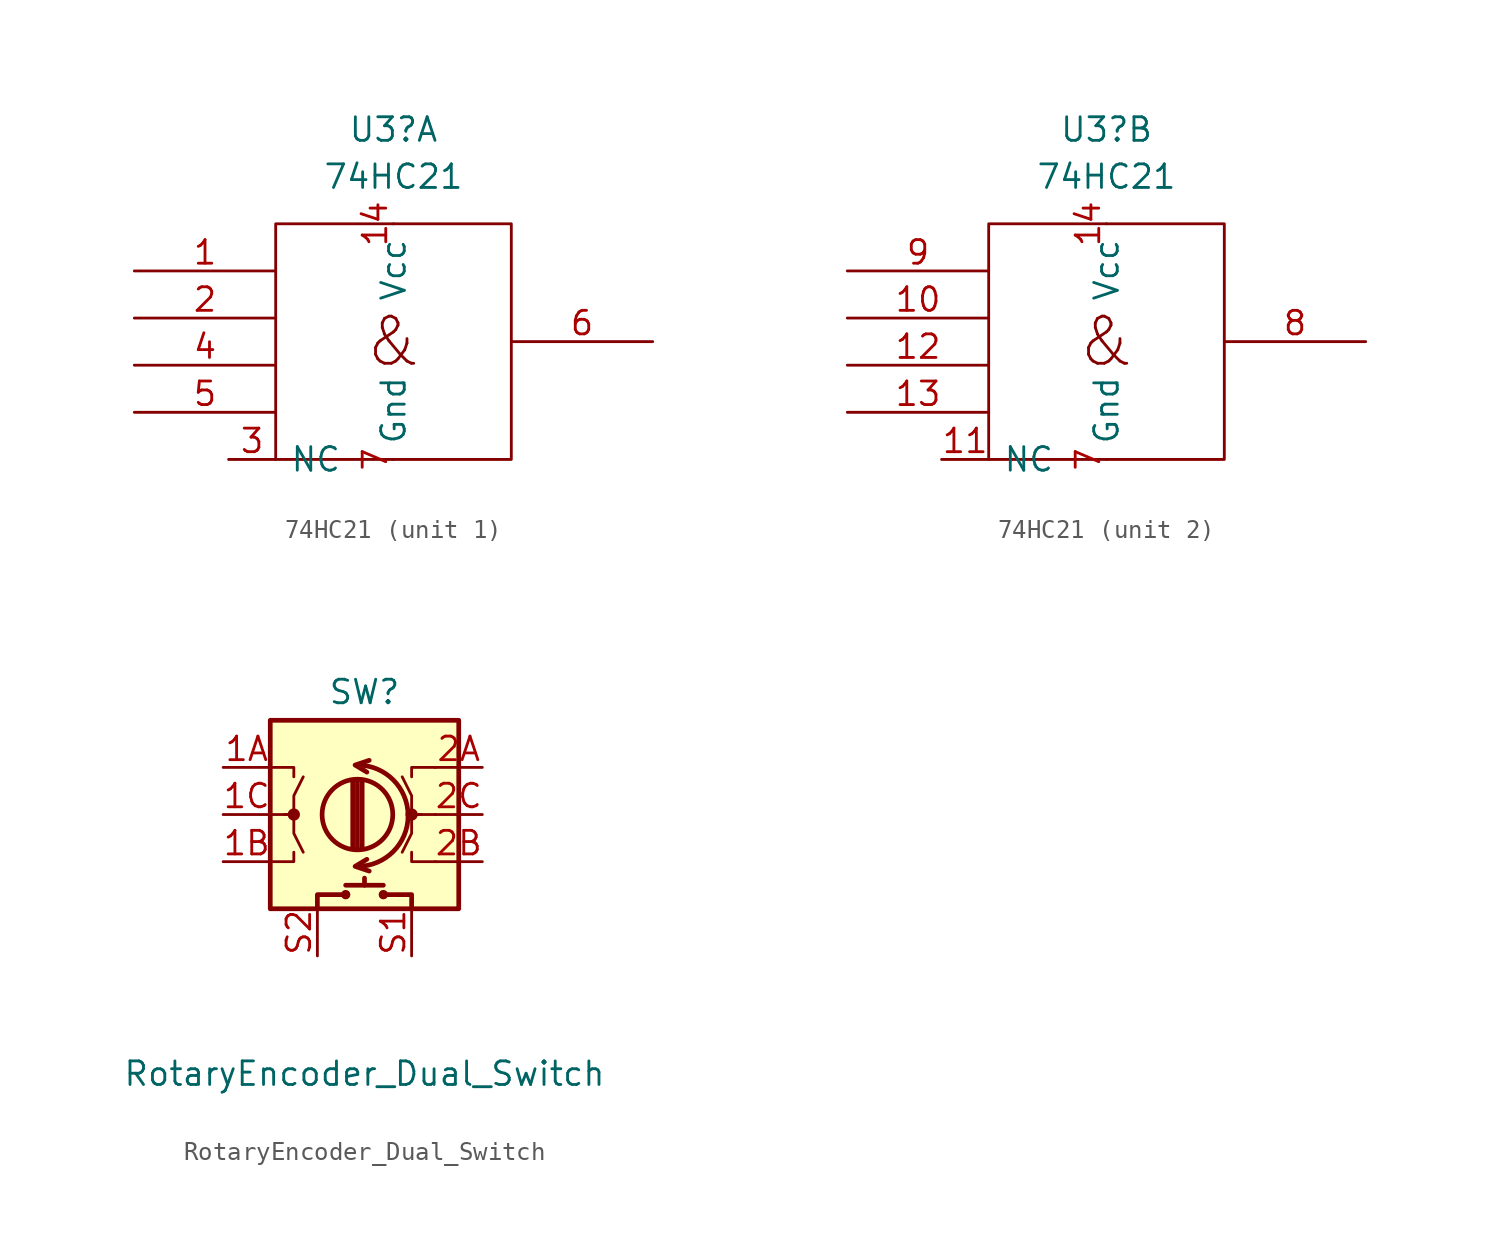
<source format=kicad_sym>
(kicad_symbol_lib
  (version 20211014)
  (generator kicad_symbol_editor)
  (symbol "74HC21"
    (pin_names
      (offset 0.762))
    (property "Reference" "U3"
      (at 0 11.43 0)
      (effects (font (size 1.27 1.27))))
    (property "Value" "74HC21"
      (at 0 8.89 0)
      (effects (font (size 1.27 1.27))))
    (symbol "74HC21_0_0"
      (text "&" (at 0 0 0) (effects (font (size 2.54 2.54)))))
    (symbol "74HC21_0_1"
      (rectangle (start -6.35 6.35) (end 6.35 -6.35) (stroke (width 0) (type default) (color 0 0 0 0)) (fill (type none)))
      (pin power_in line (at 0 6.35 270) (length 0) (name "Vcc" (effects (font (size 1.27 1.27)))) (number "14" (effects (font (size 1.27 1.27)))))
      (pin power_in line (at 0 -6.35 90) (length 0) (name "Gnd" (effects (font (size 1.27 1.27)))) (number "7" (effects (font (size 1.27 1.27))))))
    (symbol "74HC21_1_1"
      (pin input line (at -13.97 3.81 0) (length 7.62) (name "~" (effects (font (size 1.27 1.27)))) (number "1" (effects (font (size 1.27 1.27)))))
      (pin input line (at -13.97 1.27 0) (length 7.62) (name "~" (effects (font (size 1.27 1.27)))) (number "2" (effects (font (size 1.27 1.27)))))
      (pin passive line (at -8.89 -6.35 0) (length 2.54) (name "NC" (effects (font (size 1.27 1.27)))) (number "3" (effects (font (size 1.27 1.27)))))
      (pin input line (at -13.97 -1.27 0) (length 7.62) (name "~" (effects (font (size 1.27 1.27)))) (number "4" (effects (font (size 1.27 1.27)))))
      (pin input line (at -13.97 -3.81 0) (length 7.62) (name "~" (effects (font (size 1.27 1.27)))) (number "5" (effects (font (size 1.27 1.27)))))
      (pin output line (at 13.97 0 180) (length 7.62) (name "~" (effects (font (size 1.27 1.27)))) (number "6" (effects (font (size 1.27 1.27))))))
    (symbol "74HC21_2_1"
      (pin input line (at -13.97 1.27 0) (length 7.62) (name "~" (effects (font (size 1.27 1.27)))) (number "10" (effects (font (size 1.27 1.27)))))
      (pin passive line (at -8.89 -6.35 0) (length 2.54) (name "NC" (effects (font (size 1.27 1.27)))) (number "11" (effects (font (size 1.27 1.27)))))
      (pin input line (at -13.97 -1.27 0) (length 7.62) (name "~" (effects (font (size 1.27 1.27)))) (number "12" (effects (font (size 1.27 1.27)))))
      (pin input line (at -13.97 -3.81 0) (length 7.62) (name "~" (effects (font (size 1.27 1.27)))) (number "13" (effects (font (size 1.27 1.27)))))
      (pin output line (at 13.97 0 180) (length 7.62) (name "~" (effects (font (size 1.27 1.27)))) (number "8" (effects (font (size 1.27 1.27)))))
      (pin input line (at -13.97 3.81 0) (length 7.62) (name "~" (effects (font (size 1.27 1.27)))) (number "9" (effects (font (size 1.27 1.27)))))))
  (symbol "RotaryEncoder_Dual_Switch"
    (pin_names
      (offset 0.254) hide)
    (property "Reference" "SW"
      (at 0 6.604 0)
      (effects (font (size 1.27 1.27))))
    (property "Value" "RotaryEncoder_Dual_Switch"
      (at 0 -13.97 0)
      (effects (font (size 1.27 1.27))))
    (symbol "RotaryEncoder_Dual_Switch_0_1"
      (rectangle (start -5.08 5.08) (end 5.08 -5.08) (stroke (width 0.254) (type default) (color 0 0 0 0)) (fill (type background)))
      (circle (center -3.81 0) (radius 0.254) (stroke (width 0) (type default) (color 0 0 0 0)) (fill (type outline)))
      (circle (center -1.016 -4.318) (radius 0.127) (stroke (width 0.254) (type default) (color 0 0 0 0)) (fill (type none)))
      (arc (start -0.381 -2.794) (mid 2.3622 -0.0635) (end -0.381 2.667) (stroke (width 0.254) (type default) (color 0 0 0 0)) (fill (type none)))
      (circle (center -0.381 0) (radius 1.905) (stroke (width 0.254) (type default) (color 0 0 0 0)) (fill (type none)))
      (polyline (pts (xy -0.635 -1.778) (xy -0.635 1.778)) (stroke (width 0.254) (type default) (color 0 0 0 0)) (fill (type none)))
      (polyline (pts (xy -0.381 -1.778) (xy -0.381 1.778)) (stroke (width 0.254) (type default) (color 0 0 0 0)) (fill (type none)))
      (polyline (pts (xy -0.127 1.778) (xy -0.127 -1.778)) (stroke (width 0.254) (type default) (color 0 0 0 0)) (fill (type none)))
      (polyline (pts (xy 0 -3.81) (xy 0 -3.429)) (stroke (width 0.254) (type default) (color 0 0 0 0)) (fill (type none)))
      (polyline (pts (xy 1.016 -3.81) (xy -1.016 -3.81)) (stroke (width 0.254) (type default) (color 0 0 0 0)) (fill (type none)))
      (polyline (pts (xy -5.08 -2.54) (xy -3.81 -2.54) (xy -3.81 -2.032)) (stroke (width 0) (type default) (color 0 0 0 0)) (fill (type none)))
      (polyline (pts (xy -5.08 2.54) (xy -3.81 2.54) (xy -3.81 2.032)) (stroke (width 0) (type default) (color 0 0 0 0)) (fill (type none)))
      (polyline (pts (xy -2.54 -5.08) (xy -2.54 -4.318) (xy -1.016 -4.318)) (stroke (width 0.254) (type default) (color 0 0 0 0)) (fill (type none)))
      (polyline (pts (xy 0.254 -3.048) (xy -0.508 -2.794) (xy 0.127 -2.413)) (stroke (width 0.254) (type default) (color 0 0 0 0)) (fill (type none)))
      (polyline (pts (xy 0.254 2.921) (xy -0.508 2.667) (xy 0.127 2.286)) (stroke (width 0.254) (type default) (color 0 0 0 0)) (fill (type none)))
      (polyline (pts (xy 2.54 -5.08) (xy 2.54 -4.318) (xy 1.016 -4.318)) (stroke (width 0.254) (type default) (color 0 0 0 0)) (fill (type none)))
      (polyline (pts (xy 3.81 -2.54) (xy 2.54 -2.54) (xy 2.54 -2.032)) (stroke (width 0) (type default) (color 0 0 0 0)) (fill (type none)))
      (polyline (pts (xy 3.81 2.54) (xy 2.54 2.54) (xy 2.54 2.032)) (stroke (width 0) (type default) (color 0 0 0 0)) (fill (type none)))
      (polyline (pts (xy -5.08 0) (xy -3.81 0) (xy -3.81 -1.016) (xy -3.302 -2.032)) (stroke (width 0) (type default) (color 0 0 0 0)) (fill (type none)))
      (polyline (pts (xy -4.318 0) (xy -3.81 0) (xy -3.81 1.016) (xy -3.302 2.032)) (stroke (width 0) (type default) (color 0 0 0 0)) (fill (type none)))
      (polyline (pts (xy 3.048 0) (xy 2.54 0) (xy 2.54 1.016) (xy 2.032 2.032)) (stroke (width 0) (type default) (color 0 0 0 0)) (fill (type none)))
      (polyline (pts (xy 3.81 0) (xy 2.54 0) (xy 2.54 -1.016) (xy 2.032 -2.032)) (stroke (width 0) (type default) (color 0 0 0 0)) (fill (type none)))
      (circle (center 1.016 -4.318) (radius 0.127) (stroke (width 0.254) (type default) (color 0 0 0 0)) (fill (type none)))
      (circle (center 2.54 0) (radius 0.254) (stroke (width 0) (type default) (color 0 0 0 0)) (fill (type outline))))
    (symbol "RotaryEncoder_Dual_Switch_1_1"
      (pin passive line (at -7.62 2.54 0) (length 2.54) (name "A" (effects (font (size 1.27 1.27)))) (number "1A" (effects (font (size 1.27 1.27)))))
      (pin passive line (at -7.62 -2.54 0) (length 2.54) (name "B" (effects (font (size 1.27 1.27)))) (number "1B" (effects (font (size 1.27 1.27)))))
      (pin passive line (at -7.62 0 0) (length 2.54) (name "C" (effects (font (size 1.27 1.27)))) (number "1C" (effects (font (size 1.27 1.27)))))
      (pin passive line (at 6.35 2.54 180) (length 2.54) (name "A" (effects (font (size 1.27 1.27)))) (number "2A" (effects (font (size 1.27 1.27)))))
      (pin passive line (at 6.35 -2.54 180) (length 2.54) (name "B" (effects (font (size 1.27 1.27)))) (number "2B" (effects (font (size 1.27 1.27)))))
      (pin passive line (at 6.35 0 180) (length 2.54) (name "C" (effects (font (size 1.27 1.27)))) (number "2C" (effects (font (size 1.27 1.27)))))
      (pin passive line (at 2.54 -7.62 90) (length 2.54) (name "S1" (effects (font (size 1.27 1.27)))) (number "S1" (effects (font (size 1.27 1.27)))))
      (pin passive line (at -2.54 -7.62 90) (length 2.54) (name "S2" (effects (font (size 1.27 1.27)))) (number "S2" (effects (font (size 1.27 1.27))))))))
</source>
